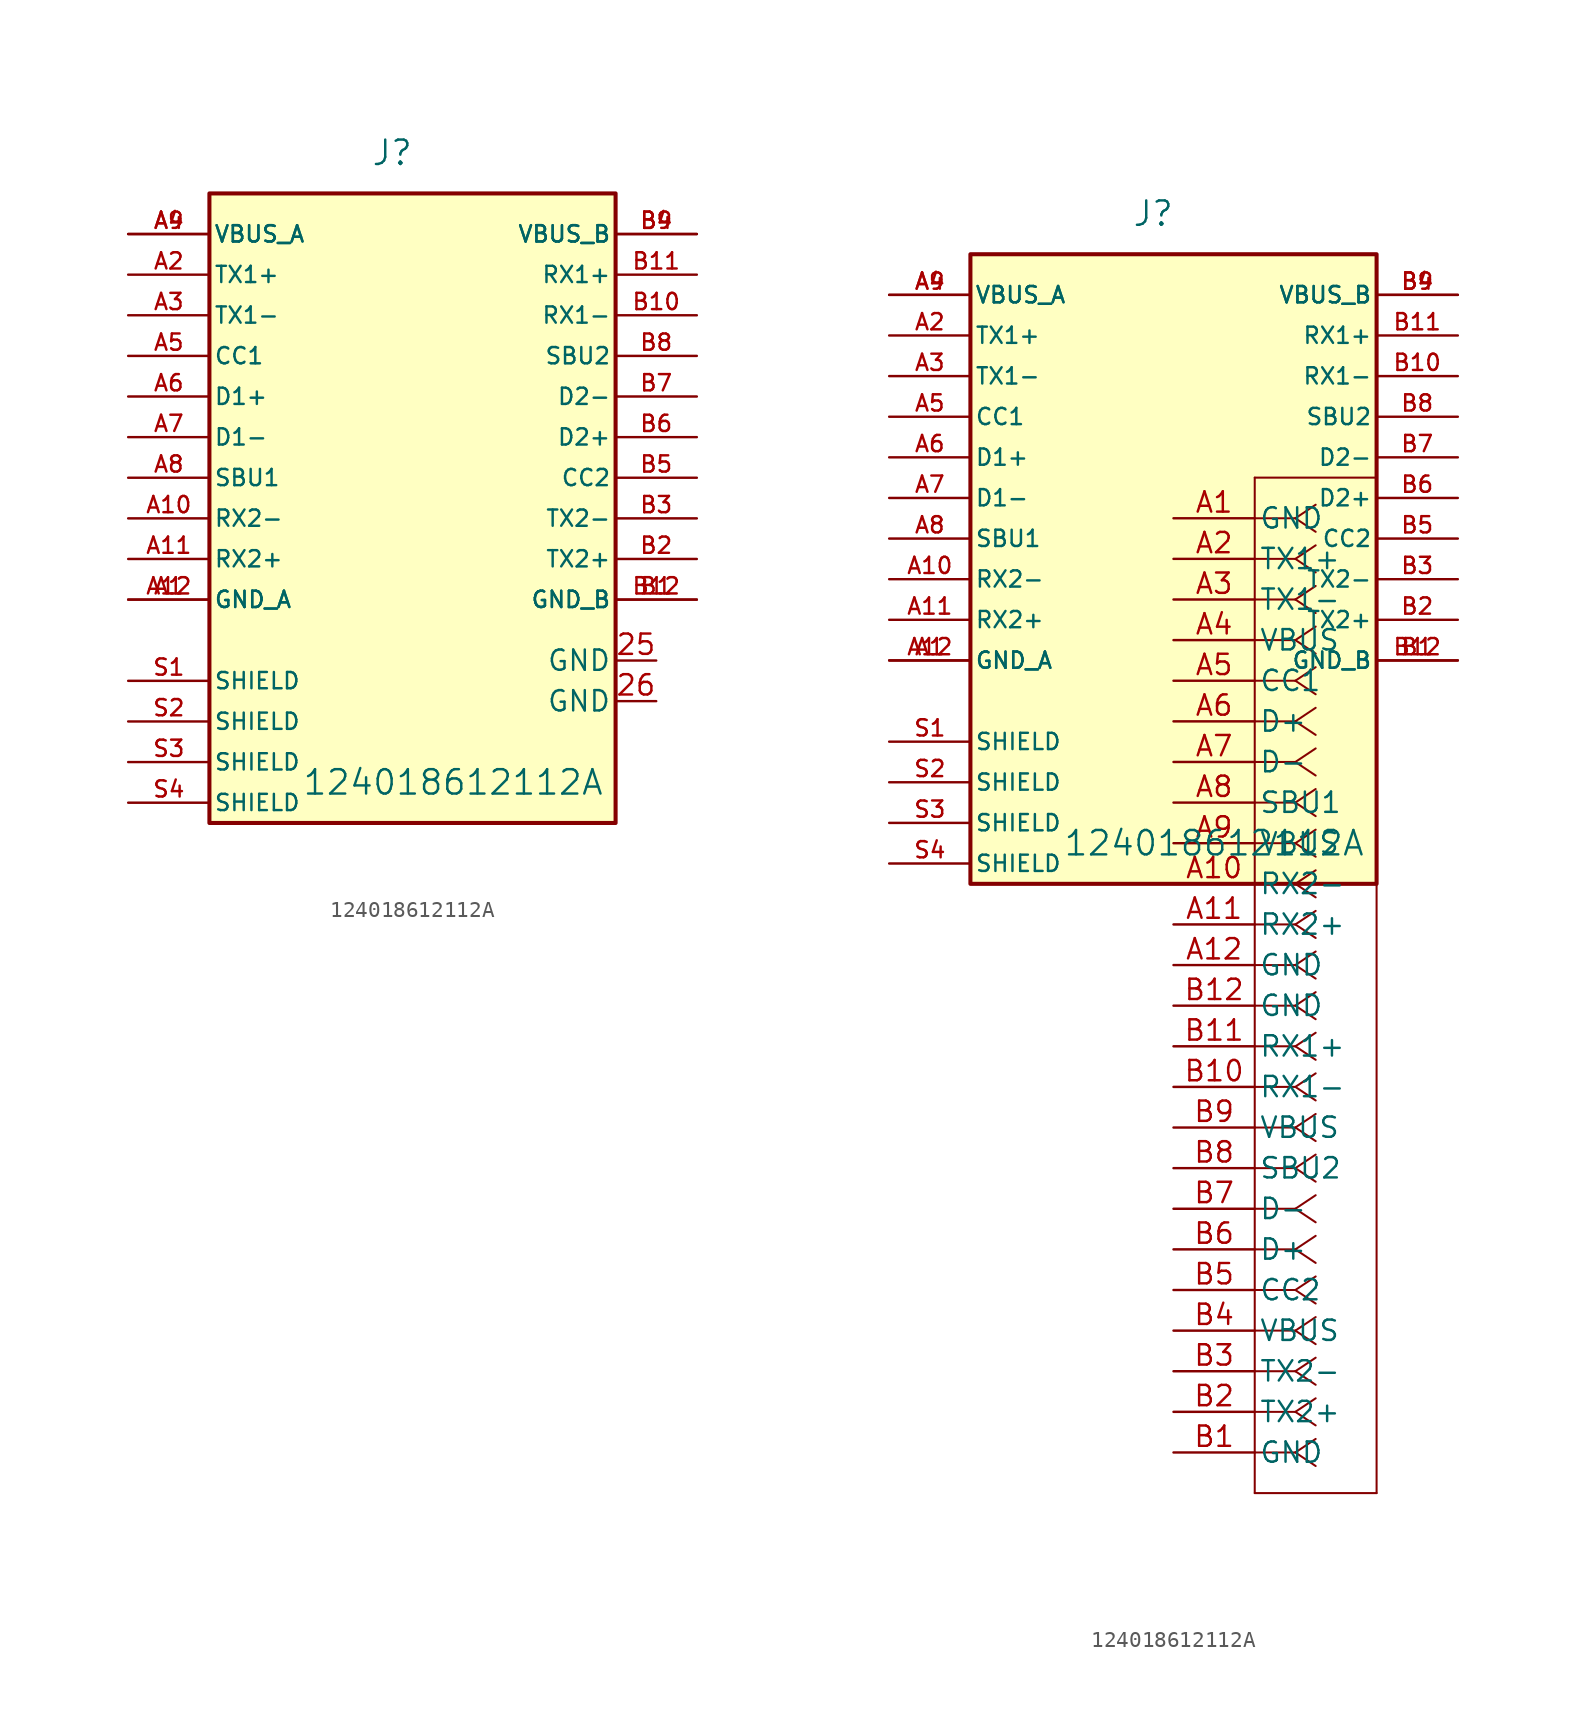
<source format=kicad_sym>
(kicad_symbol_lib
  (version 20220914)
  (generator kicad_symbol_editor)
  (symbol "124018612112A"
    (pin_names
      (offset 0.254))
    (property "Reference" "J"
      (at -1.27 19.05 0)
      (effects (font (size 1.524 1.524))))
    (property "Value" "124018612112A"
      (at 2.54 -20.32 0)
      (effects (font (size 1.524 1.524))))
    (property "ki_locked" ""
      (at 0 0 0)
      (effects (font (size 1.27 1.27))))
    (symbol "124018612112A_0_0"
      (rectangle (start -12.7 16.51) (end 12.7 -22.86) (stroke (width 0.254) (type default)) (fill (type background)))
      (pin power_in line (at -17.78 -8.89 0) (length 5.08) (name "GND_A" (effects (font (size 1.016 1.016)))) (number "A1" (effects (font (size 1.016 1.016)))))
      (pin bidirectional line (at -17.78 -3.81 0) (length 5.08) (name "RX2-" (effects (font (size 1.016 1.016)))) (number "A10" (effects (font (size 1.016 1.016)))))
      (pin bidirectional line (at -17.78 -6.35 0) (length 5.08) (name "RX2+" (effects (font (size 1.016 1.016)))) (number "A11" (effects (font (size 1.016 1.016)))))
      (pin power_in line (at -17.78 -8.89 0) (length 5.08) (name "GND_A" (effects (font (size 1.016 1.016)))) (number "A12" (effects (font (size 1.016 1.016)))))
      (pin bidirectional line (at -17.78 11.43 0) (length 5.08) (name "TX1+" (effects (font (size 1.016 1.016)))) (number "A2" (effects (font (size 1.016 1.016)))))
      (pin bidirectional line (at -17.78 8.89 0) (length 5.08) (name "TX1-" (effects (font (size 1.016 1.016)))) (number "A3" (effects (font (size 1.016 1.016)))))
      (pin power_in line (at -17.78 13.97 0) (length 5.08) (name "VBUS_A" (effects (font (size 1.016 1.016)))) (number "A4" (effects (font (size 1.016 1.016)))))
      (pin bidirectional line (at -17.78 6.35 0) (length 5.08) (name "CC1" (effects (font (size 1.016 1.016)))) (number "A5" (effects (font (size 1.016 1.016)))))
      (pin bidirectional line (at -17.78 3.81 0) (length 5.08) (name "D1+" (effects (font (size 1.016 1.016)))) (number "A6" (effects (font (size 1.016 1.016)))))
      (pin bidirectional line (at -17.78 1.27 0) (length 5.08) (name "D1-" (effects (font (size 1.016 1.016)))) (number "A7" (effects (font (size 1.016 1.016)))))
      (pin bidirectional line (at -17.78 -1.27 0) (length 5.08) (name "SBU1" (effects (font (size 1.016 1.016)))) (number "A8" (effects (font (size 1.016 1.016)))))
      (pin power_in line (at -17.78 13.97 0) (length 5.08) (name "VBUS_A" (effects (font (size 1.016 1.016)))) (number "A9" (effects (font (size 1.016 1.016)))))
      (pin power_in line (at 17.78 -8.89 180) (length 5.08) (name "GND_B" (effects (font (size 1.016 1.016)))) (number "B1" (effects (font (size 1.016 1.016)))))
      (pin bidirectional line (at 17.78 8.89 180) (length 5.08) (name "RX1-" (effects (font (size 1.016 1.016)))) (number "B10" (effects (font (size 1.016 1.016)))))
      (pin bidirectional line (at 17.78 11.43 180) (length 5.08) (name "RX1+" (effects (font (size 1.016 1.016)))) (number "B11" (effects (font (size 1.016 1.016)))))
      (pin power_in line (at 17.78 -8.89 180) (length 5.08) (name "GND_B" (effects (font (size 1.016 1.016)))) (number "B12" (effects (font (size 1.016 1.016)))))
      (pin bidirectional line (at 17.78 -6.35 180) (length 5.08) (name "TX2+" (effects (font (size 1.016 1.016)))) (number "B2" (effects (font (size 1.016 1.016)))))
      (pin bidirectional line (at 17.78 -3.81 180) (length 5.08) (name "TX2-" (effects (font (size 1.016 1.016)))) (number "B3" (effects (font (size 1.016 1.016)))))
      (pin power_in line (at 17.78 13.97 180) (length 5.08) (name "VBUS_B" (effects (font (size 1.016 1.016)))) (number "B4" (effects (font (size 1.016 1.016)))))
      (pin bidirectional line (at 17.78 -1.27 180) (length 5.08) (name "CC2" (effects (font (size 1.016 1.016)))) (number "B5" (effects (font (size 1.016 1.016)))))
      (pin bidirectional line (at 17.78 1.27 180) (length 5.08) (name "D2+" (effects (font (size 1.016 1.016)))) (number "B6" (effects (font (size 1.016 1.016)))))
      (pin bidirectional line (at 17.78 3.81 180) (length 5.08) (name "D2-" (effects (font (size 1.016 1.016)))) (number "B7" (effects (font (size 1.016 1.016)))))
      (pin bidirectional line (at 17.78 6.35 180) (length 5.08) (name "SBU2" (effects (font (size 1.016 1.016)))) (number "B8" (effects (font (size 1.016 1.016)))))
      (pin power_in line (at 17.78 13.97 180) (length 5.08) (name "VBUS_B" (effects (font (size 1.016 1.016)))) (number "B9" (effects (font (size 1.016 1.016)))))
      (pin passive line (at -17.78 -13.97 0) (length 5.08) (name "SHIELD" (effects (font (size 1.016 1.016)))) (number "S1" (effects (font (size 1.016 1.016)))))
      (pin passive line (at -17.78 -16.51 0) (length 5.08) (name "SHIELD" (effects (font (size 1.016 1.016)))) (number "S2" (effects (font (size 1.016 1.016)))))
      (pin passive line (at -17.78 -19.05 0) (length 5.08) (name "SHIELD" (effects (font (size 1.016 1.016)))) (number "S3" (effects (font (size 1.016 1.016)))))
      (pin passive line (at -17.78 -21.59 0) (length 5.08) (name "SHIELD" (effects (font (size 1.016 1.016)))) (number "S4" (effects (font (size 1.016 1.016))))))
    (symbol "124018612112A_1_1"
      (pin input line (at 15.24 -12.7 180) (length 2.54) (name "GND" (effects (font (size 1.27 1.27)))) (number "25" (effects (font (size 1.27 1.27)))))
      (pin input line (at 15.24 -15.24 180) (length 2.54) (name "GND" (effects (font (size 1.27 1.27)))) (number "26" (effects (font (size 1.27 1.27))))))
    (symbol "124018612112A_1_2"
      (polyline (pts (xy 5.08 -60.96) (xy 12.7 -60.96)) (stroke (width 0.127) (type default)) (fill (type none)))
      (polyline (pts (xy 5.08 2.54) (xy 5.08 -60.96)) (stroke (width 0.127) (type default)) (fill (type none)))
      (polyline (pts (xy 7.62 -58.42) (xy 5.08 -58.42)) (stroke (width 0.127) (type default)) (fill (type none)))
      (polyline (pts (xy 7.62 -58.42) (xy 8.89 -59.267)) (stroke (width 0.127) (type default)) (fill (type none)))
      (polyline (pts (xy 7.62 -58.42) (xy 8.89 -57.573)) (stroke (width 0.127) (type default)) (fill (type none)))
      (polyline (pts (xy 7.62 -55.88) (xy 5.08 -55.88)) (stroke (width 0.127) (type default)) (fill (type none)))
      (polyline (pts (xy 7.62 -55.88) (xy 8.89 -56.727)) (stroke (width 0.127) (type default)) (fill (type none)))
      (polyline (pts (xy 7.62 -55.88) (xy 8.89 -55.033)) (stroke (width 0.127) (type default)) (fill (type none)))
      (polyline (pts (xy 7.62 -53.34) (xy 5.08 -53.34)) (stroke (width 0.127) (type default)) (fill (type none)))
      (polyline (pts (xy 7.62 -53.34) (xy 8.89 -54.187)) (stroke (width 0.127) (type default)) (fill (type none)))
      (polyline (pts (xy 7.62 -53.34) (xy 8.89 -52.493)) (stroke (width 0.127) (type default)) (fill (type none)))
      (polyline (pts (xy 7.62 -50.8) (xy 5.08 -50.8)) (stroke (width 0.127) (type default)) (fill (type none)))
      (polyline (pts (xy 7.62 -50.8) (xy 8.89 -51.647)) (stroke (width 0.127) (type default)) (fill (type none)))
      (polyline (pts (xy 7.62 -50.8) (xy 8.89 -49.953)) (stroke (width 0.127) (type default)) (fill (type none)))
      (polyline (pts (xy 7.62 -48.26) (xy 5.08 -48.26)) (stroke (width 0.127) (type default)) (fill (type none)))
      (polyline (pts (xy 7.62 -48.26) (xy 8.89 -49.107)) (stroke (width 0.127) (type default)) (fill (type none)))
      (polyline (pts (xy 7.62 -48.26) (xy 8.89 -47.413)) (stroke (width 0.127) (type default)) (fill (type none)))
      (polyline (pts (xy 7.62 -45.72) (xy 5.08 -45.72)) (stroke (width 0.127) (type default)) (fill (type none)))
      (polyline (pts (xy 7.62 -45.72) (xy 8.89 -46.567)) (stroke (width 0.127) (type default)) (fill (type none)))
      (polyline (pts (xy 7.62 -45.72) (xy 8.89 -44.873)) (stroke (width 0.127) (type default)) (fill (type none)))
      (polyline (pts (xy 7.62 -43.18) (xy 5.08 -43.18)) (stroke (width 0.127) (type default)) (fill (type none)))
      (polyline (pts (xy 7.62 -43.18) (xy 8.89 -44.027)) (stroke (width 0.127) (type default)) (fill (type none)))
      (polyline (pts (xy 7.62 -43.18) (xy 8.89 -42.333)) (stroke (width 0.127) (type default)) (fill (type none)))
      (polyline (pts (xy 7.62 -40.64) (xy 5.08 -40.64)) (stroke (width 0.127) (type default)) (fill (type none)))
      (polyline (pts (xy 7.62 -40.64) (xy 8.89 -41.487)) (stroke (width 0.127) (type default)) (fill (type none)))
      (polyline (pts (xy 7.62 -40.64) (xy 8.89 -39.793)) (stroke (width 0.127) (type default)) (fill (type none)))
      (polyline (pts (xy 7.62 -38.1) (xy 5.08 -38.1)) (stroke (width 0.127) (type default)) (fill (type none)))
      (polyline (pts (xy 7.62 -38.1) (xy 8.89 -38.947)) (stroke (width 0.127) (type default)) (fill (type none)))
      (polyline (pts (xy 7.62 -38.1) (xy 8.89 -37.253)) (stroke (width 0.127) (type default)) (fill (type none)))
      (polyline (pts (xy 7.62 -35.56) (xy 5.08 -35.56)) (stroke (width 0.127) (type default)) (fill (type none)))
      (polyline (pts (xy 7.62 -35.56) (xy 8.89 -36.407)) (stroke (width 0.127) (type default)) (fill (type none)))
      (polyline (pts (xy 7.62 -35.56) (xy 8.89 -34.713)) (stroke (width 0.127) (type default)) (fill (type none)))
      (polyline (pts (xy 7.62 -33.02) (xy 5.08 -33.02)) (stroke (width 0.127) (type default)) (fill (type none)))
      (polyline (pts (xy 7.62 -33.02) (xy 8.89 -33.867)) (stroke (width 0.127) (type default)) (fill (type none)))
      (polyline (pts (xy 7.62 -33.02) (xy 8.89 -32.173)) (stroke (width 0.127) (type default)) (fill (type none)))
      (polyline (pts (xy 7.62 -30.48) (xy 5.08 -30.48)) (stroke (width 0.127) (type default)) (fill (type none)))
      (polyline (pts (xy 7.62 -30.48) (xy 8.89 -31.327)) (stroke (width 0.127) (type default)) (fill (type none)))
      (polyline (pts (xy 7.62 -30.48) (xy 8.89 -29.633)) (stroke (width 0.127) (type default)) (fill (type none)))
      (polyline (pts (xy 7.62 -27.94) (xy 5.08 -27.94)) (stroke (width 0.127) (type default)) (fill (type none)))
      (polyline (pts (xy 7.62 -27.94) (xy 8.89 -28.787)) (stroke (width 0.127) (type default)) (fill (type none)))
      (polyline (pts (xy 7.62 -27.94) (xy 8.89 -27.093)) (stroke (width 0.127) (type default)) (fill (type none)))
      (polyline (pts (xy 7.62 -25.4) (xy 5.08 -25.4)) (stroke (width 0.127) (type default)) (fill (type none)))
      (polyline (pts (xy 7.62 -25.4) (xy 8.89 -26.247)) (stroke (width 0.127) (type default)) (fill (type none)))
      (polyline (pts (xy 7.62 -25.4) (xy 8.89 -24.553)) (stroke (width 0.127) (type default)) (fill (type none)))
      (polyline (pts (xy 7.62 -22.86) (xy 5.08 -22.86)) (stroke (width 0.127) (type default)) (fill (type none)))
      (polyline (pts (xy 7.62 -22.86) (xy 8.89 -23.707)) (stroke (width 0.127) (type default)) (fill (type none)))
      (polyline (pts (xy 7.62 -22.86) (xy 8.89 -22.013)) (stroke (width 0.127) (type default)) (fill (type none)))
      (polyline (pts (xy 7.62 -20.32) (xy 5.08 -20.32)) (stroke (width 0.127) (type default)) (fill (type none)))
      (polyline (pts (xy 7.62 -20.32) (xy 8.89 -21.167)) (stroke (width 0.127) (type default)) (fill (type none)))
      (polyline (pts (xy 7.62 -20.32) (xy 8.89 -19.473)) (stroke (width 0.127) (type default)) (fill (type none)))
      (polyline (pts (xy 7.62 -17.78) (xy 5.08 -17.78)) (stroke (width 0.127) (type default)) (fill (type none)))
      (polyline (pts (xy 7.62 -17.78) (xy 8.89 -18.627)) (stroke (width 0.127) (type default)) (fill (type none)))
      (polyline (pts (xy 7.62 -17.78) (xy 8.89 -16.933)) (stroke (width 0.127) (type default)) (fill (type none)))
      (polyline (pts (xy 7.62 -15.24) (xy 5.08 -15.24)) (stroke (width 0.127) (type default)) (fill (type none)))
      (polyline (pts (xy 7.62 -15.24) (xy 8.89 -16.087)) (stroke (width 0.127) (type default)) (fill (type none)))
      (polyline (pts (xy 7.62 -15.24) (xy 8.89 -14.393)) (stroke (width 0.127) (type default)) (fill (type none)))
      (polyline (pts (xy 7.62 -12.7) (xy 5.08 -12.7)) (stroke (width 0.127) (type default)) (fill (type none)))
      (polyline (pts (xy 7.62 -12.7) (xy 8.89 -13.547)) (stroke (width 0.127) (type default)) (fill (type none)))
      (polyline (pts (xy 7.62 -12.7) (xy 8.89 -11.853)) (stroke (width 0.127) (type default)) (fill (type none)))
      (polyline (pts (xy 7.62 -10.16) (xy 5.08 -10.16)) (stroke (width 0.127) (type default)) (fill (type none)))
      (polyline (pts (xy 7.62 -10.16) (xy 8.89 -11.007)) (stroke (width 0.127) (type default)) (fill (type none)))
      (polyline (pts (xy 7.62 -10.16) (xy 8.89 -9.313)) (stroke (width 0.127) (type default)) (fill (type none)))
      (polyline (pts (xy 7.62 -7.62) (xy 5.08 -7.62)) (stroke (width 0.127) (type default)) (fill (type none)))
      (polyline (pts (xy 7.62 -7.62) (xy 8.89 -8.467)) (stroke (width 0.127) (type default)) (fill (type none)))
      (polyline (pts (xy 7.62 -7.62) (xy 8.89 -6.773)) (stroke (width 0.127) (type default)) (fill (type none)))
      (polyline (pts (xy 7.62 -5.08) (xy 5.08 -5.08)) (stroke (width 0.127) (type default)) (fill (type none)))
      (polyline (pts (xy 7.62 -5.08) (xy 8.89 -5.927)) (stroke (width 0.127) (type default)) (fill (type none)))
      (polyline (pts (xy 7.62 -5.08) (xy 8.89 -4.233)) (stroke (width 0.127) (type default)) (fill (type none)))
      (polyline (pts (xy 7.62 -2.54) (xy 5.08 -2.54)) (stroke (width 0.127) (type default)) (fill (type none)))
      (polyline (pts (xy 7.62 -2.54) (xy 8.89 -3.387)) (stroke (width 0.127) (type default)) (fill (type none)))
      (polyline (pts (xy 7.62 -2.54) (xy 8.89 -1.693)) (stroke (width 0.127) (type default)) (fill (type none)))
      (polyline (pts (xy 7.62 0) (xy 5.08 0)) (stroke (width 0.127) (type default)) (fill (type none)))
      (polyline (pts (xy 7.62 0) (xy 8.89 -0.847)) (stroke (width 0.127) (type default)) (fill (type none)))
      (polyline (pts (xy 7.62 0) (xy 8.89 0.847)) (stroke (width 0.127) (type default)) (fill (type none)))
      (polyline (pts (xy 12.7 -60.96) (xy 12.7 2.54)) (stroke (width 0.127) (type default)) (fill (type none)))
      (polyline (pts (xy 12.7 2.54) (xy 5.08 2.54)) (stroke (width 0.127) (type default)) (fill (type none)))
      (pin unspecified line (at 0 0 0) (length 5.08) (name "GND" (effects (font (size 1.27 1.27)))) (number "A1" (effects (font (size 1.27 1.27)))))
      (pin unspecified line (at 0 -22.86 0) (length 5.08) (name "RX2-" (effects (font (size 1.27 1.27)))) (number "A10" (effects (font (size 1.27 1.27)))))
      (pin unspecified line (at 0 -25.4 0) (length 5.08) (name "RX2+" (effects (font (size 1.27 1.27)))) (number "A11" (effects (font (size 1.27 1.27)))))
      (pin unspecified line (at 0 -27.94 0) (length 5.08) (name "GND" (effects (font (size 1.27 1.27)))) (number "A12" (effects (font (size 1.27 1.27)))))
      (pin unspecified line (at 0 -2.54 0) (length 5.08) (name "TX1+" (effects (font (size 1.27 1.27)))) (number "A2" (effects (font (size 1.27 1.27)))))
      (pin unspecified line (at 0 -5.08 0) (length 5.08) (name "TX1-" (effects (font (size 1.27 1.27)))) (number "A3" (effects (font (size 1.27 1.27)))))
      (pin unspecified line (at 0 -7.62 0) (length 5.08) (name "VBUS" (effects (font (size 1.27 1.27)))) (number "A4" (effects (font (size 1.27 1.27)))))
      (pin unspecified line (at 0 -10.16 0) (length 5.08) (name "CC1" (effects (font (size 1.27 1.27)))) (number "A5" (effects (font (size 1.27 1.27)))))
      (pin unspecified line (at 0 -12.7 0) (length 5.08) (name "D+" (effects (font (size 1.27 1.27)))) (number "A6" (effects (font (size 1.27 1.27)))))
      (pin unspecified line (at 0 -15.24 0) (length 5.08) (name "D-" (effects (font (size 1.27 1.27)))) (number "A7" (effects (font (size 1.27 1.27)))))
      (pin unspecified line (at 0 -17.78 0) (length 5.08) (name "SBU1" (effects (font (size 1.27 1.27)))) (number "A8" (effects (font (size 1.27 1.27)))))
      (pin unspecified line (at 0 -20.32 0) (length 5.08) (name "VBUS" (effects (font (size 1.27 1.27)))) (number "A9" (effects (font (size 1.27 1.27)))))
      (pin unspecified line (at 0 -58.42 0) (length 5.08) (name "GND" (effects (font (size 1.27 1.27)))) (number "B1" (effects (font (size 1.27 1.27)))))
      (pin unspecified line (at 0 -35.56 0) (length 5.08) (name "RX1-" (effects (font (size 1.27 1.27)))) (number "B10" (effects (font (size 1.27 1.27)))))
      (pin unspecified line (at 0 -33.02 0) (length 5.08) (name "RX1+" (effects (font (size 1.27 1.27)))) (number "B11" (effects (font (size 1.27 1.27)))))
      (pin unspecified line (at 0 -30.48 0) (length 5.08) (name "GND" (effects (font (size 1.27 1.27)))) (number "B12" (effects (font (size 1.27 1.27)))))
      (pin unspecified line (at 0 -55.88 0) (length 5.08) (name "TX2+" (effects (font (size 1.27 1.27)))) (number "B2" (effects (font (size 1.27 1.27)))))
      (pin unspecified line (at 0 -53.34 0) (length 5.08) (name "TX2-" (effects (font (size 1.27 1.27)))) (number "B3" (effects (font (size 1.27 1.27)))))
      (pin unspecified line (at 0 -50.8 0) (length 5.08) (name "VBUS" (effects (font (size 1.27 1.27)))) (number "B4" (effects (font (size 1.27 1.27)))))
      (pin unspecified line (at 0 -48.26 0) (length 5.08) (name "CC2" (effects (font (size 1.27 1.27)))) (number "B5" (effects (font (size 1.27 1.27)))))
      (pin unspecified line (at 0 -45.72 0) (length 5.08) (name "D+" (effects (font (size 1.27 1.27)))) (number "B6" (effects (font (size 1.27 1.27)))))
      (pin unspecified line (at 0 -43.18 0) (length 5.08) (name "D-" (effects (font (size 1.27 1.27)))) (number "B7" (effects (font (size 1.27 1.27)))))
      (pin unspecified line (at 0 -40.64 0) (length 5.08) (name "SBU2" (effects (font (size 1.27 1.27)))) (number "B8" (effects (font (size 1.27 1.27)))))
      (pin unspecified line (at 0 -38.1 0) (length 5.08) (name "VBUS" (effects (font (size 1.27 1.27)))) (number "B9" (effects (font (size 1.27 1.27))))))))
</source>
